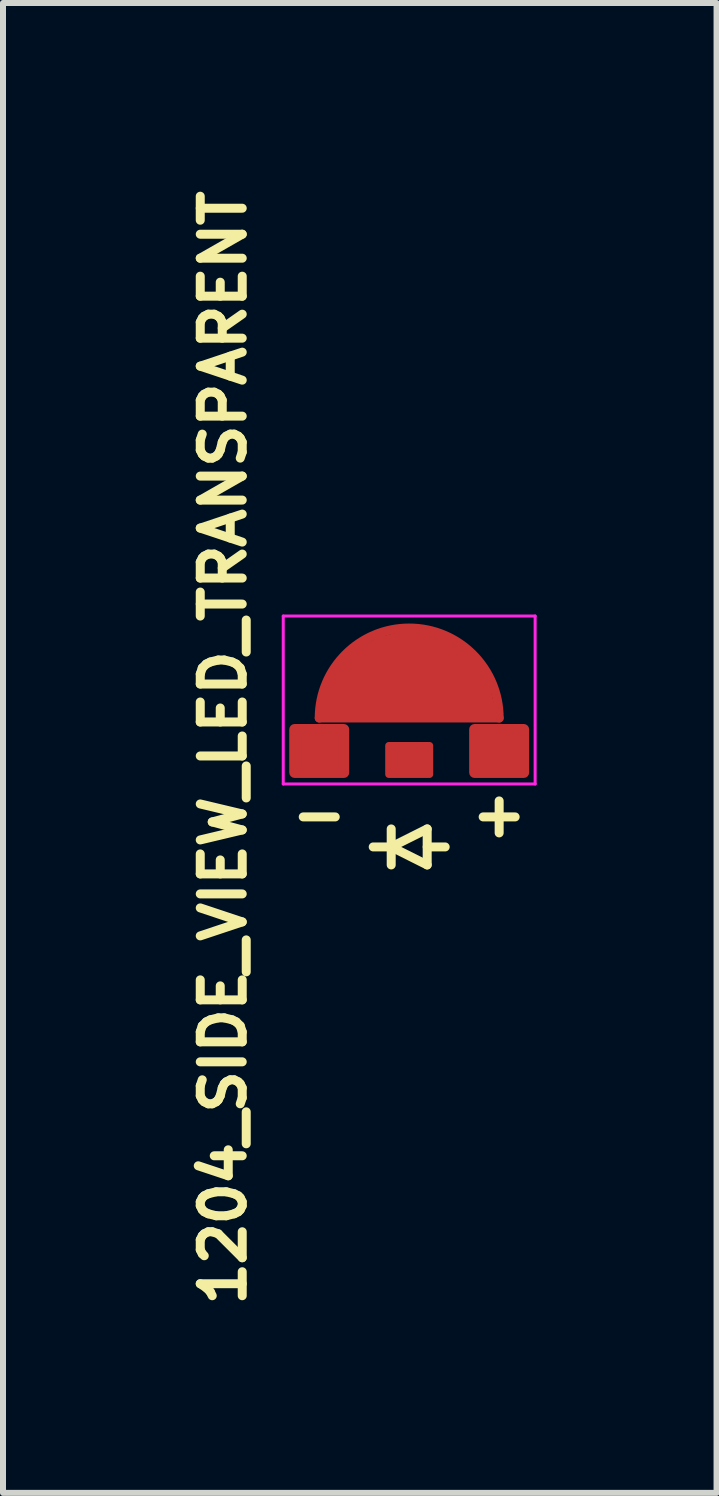
<source format=kicad_pcb>
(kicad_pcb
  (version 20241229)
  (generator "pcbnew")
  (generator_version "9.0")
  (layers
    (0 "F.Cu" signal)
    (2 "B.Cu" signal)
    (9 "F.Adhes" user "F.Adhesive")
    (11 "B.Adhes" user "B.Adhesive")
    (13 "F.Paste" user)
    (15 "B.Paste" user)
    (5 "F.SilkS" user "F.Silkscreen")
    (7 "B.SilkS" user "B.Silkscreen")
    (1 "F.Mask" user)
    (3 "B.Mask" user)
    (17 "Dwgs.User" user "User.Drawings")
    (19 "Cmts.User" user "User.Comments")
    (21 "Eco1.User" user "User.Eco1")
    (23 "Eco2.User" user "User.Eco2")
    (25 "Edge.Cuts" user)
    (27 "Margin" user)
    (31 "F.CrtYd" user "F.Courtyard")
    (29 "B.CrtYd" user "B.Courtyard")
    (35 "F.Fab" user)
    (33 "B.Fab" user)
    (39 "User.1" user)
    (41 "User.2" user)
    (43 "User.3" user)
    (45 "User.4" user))
  (footprint "1204_SIDE_VIEW_LED_TRANSPARENT"
    (layer "F.Cu")
    (at 3.773 9.422)
    (property "Reference" "1204_SIDE_VIEW_LED_TRANSPARENT" (at -3.1 0 90) (layer "F.SilkS") (effects (font (size 0.7 0.7) (thickness 0.15))))
    (attr through_hole)
    (fp_line (start -1.5 -0.5) (end 1.5 -0.5) (stroke (width 0.15) (type solid)) (layer "F.Cu"))
    (fp_arc (start -1.5 -0.5) (mid 0 -2) (end 1.5 -0.5) (stroke (width 0.15) (type solid)) (layer "F.Cu"))
    (fp_poly (pts (xy -1.4 -0.6) (xy 1.4 -0.6) (xy 1.3 -1) (xy 1.2 -1.2) (xy 1 -1.5) (xy 0.7 -1.7) (xy 0.3 -1.9) (xy -0.1 -1.9) (xy -0.5 -1.8) (xy -0.9 -1.6) (xy -1.2 -1.3) (xy -1.3 -1) (xy -1.4 -0.8)) (stroke (width 0.1) (type solid)) (fill yes) (layer "F.Cu"))
    (fp_line (start -1.5 -0.5) (end 1.5 -0.5) (stroke (width 0.15) (type solid)) (layer "F.Mask"))
    (fp_arc (start -1.5 -0.5) (mid 0 -2) (end 1.5 -0.5) (stroke (width 0.15) (type solid)) (layer "F.Mask"))
    (fp_poly (pts (xy -1.4 -0.6) (xy 1.4 -0.6) (xy 1.3 -1) (xy 1.2 -1.2) (xy 1 -1.5) (xy 0.7 -1.7) (xy 0.3 -1.9) (xy -0.1 -1.9) (xy -0.5 -1.8) (xy -0.9 -1.6) (xy -1.2 -1.3) (xy -1.3 -1) (xy -1.4 -0.8)) (stroke (width 0.1) (type solid)) (fill yes) (layer "F.Mask"))
    (fp_line (start -0.3 1.35) (end -0.3 1.95) (stroke (width 0.15) (type solid)) (layer "F.SilkS"))
    (fp_line (start -0.3 1.65) (end -0.6 1.65) (stroke (width 0.15) (type solid)) (layer "F.SilkS"))
    (fp_line (start -0.3 1.65) (end 0.3 1.35) (stroke (width 0.15) (type solid)) (layer "F.SilkS"))
    (fp_line (start 0.3 1.35) (end 0.3 1.95) (stroke (width 0.15) (type solid)) (layer "F.SilkS"))
    (fp_line (start 0.3 1.65) (end 0.6 1.65) (stroke (width 0.15) (type solid)) (layer "F.SilkS"))
    (fp_line (start 0.3 1.95) (end -0.3 1.65) (stroke (width 0.15) (type solid)) (layer "F.SilkS"))
    (fp_line (start -2.1 -2.2) (end 2.1 -2.2) (stroke (width 0.05) (type solid)) (layer "F.CrtYd"))
    (fp_line (start -2.1 0.6) (end -2.1 -2.2) (stroke (width 0.05) (type solid)) (layer "F.CrtYd"))
    (fp_line (start 2.1 -2.2) (end 2.1 0.6) (stroke (width 0.05) (type solid)) (layer "F.CrtYd"))
    (fp_line (start 2.1 0.6) (end -2.1 0.6) (stroke (width 0.05) (type solid)) (layer "F.CrtYd"))
    (fp_text user "-    +" (at 0 1.1 0) (layer "F.SilkS") (effects (font (size 0.7 0.7) (thickness 0.15))))
    (pad "" smd roundrect (at 0 0.2) (size 0.8 0.6) (layers "F.Cu" "F.Mask" "F.Paste") (roundrect_rratio 0.1))
    (pad "1" smd roundrect (at -1.5 0.05) (size 1 0.9) (layers "F.Cu" "F.Mask" "F.Paste") (roundrect_rratio 0.1))
    (pad "2" smd roundrect (at 1.5 0.05) (size 1 0.9) (layers "F.Cu" "F.Mask" "F.Paste") (roundrect_rratio 0.1)))
  (gr_rect
    (start -3 -3)
    (end 8.898 21.843)
    (stroke (width 0.1) (type default))
    (fill no)
    (layer "Edge.Cuts")))
</source>
